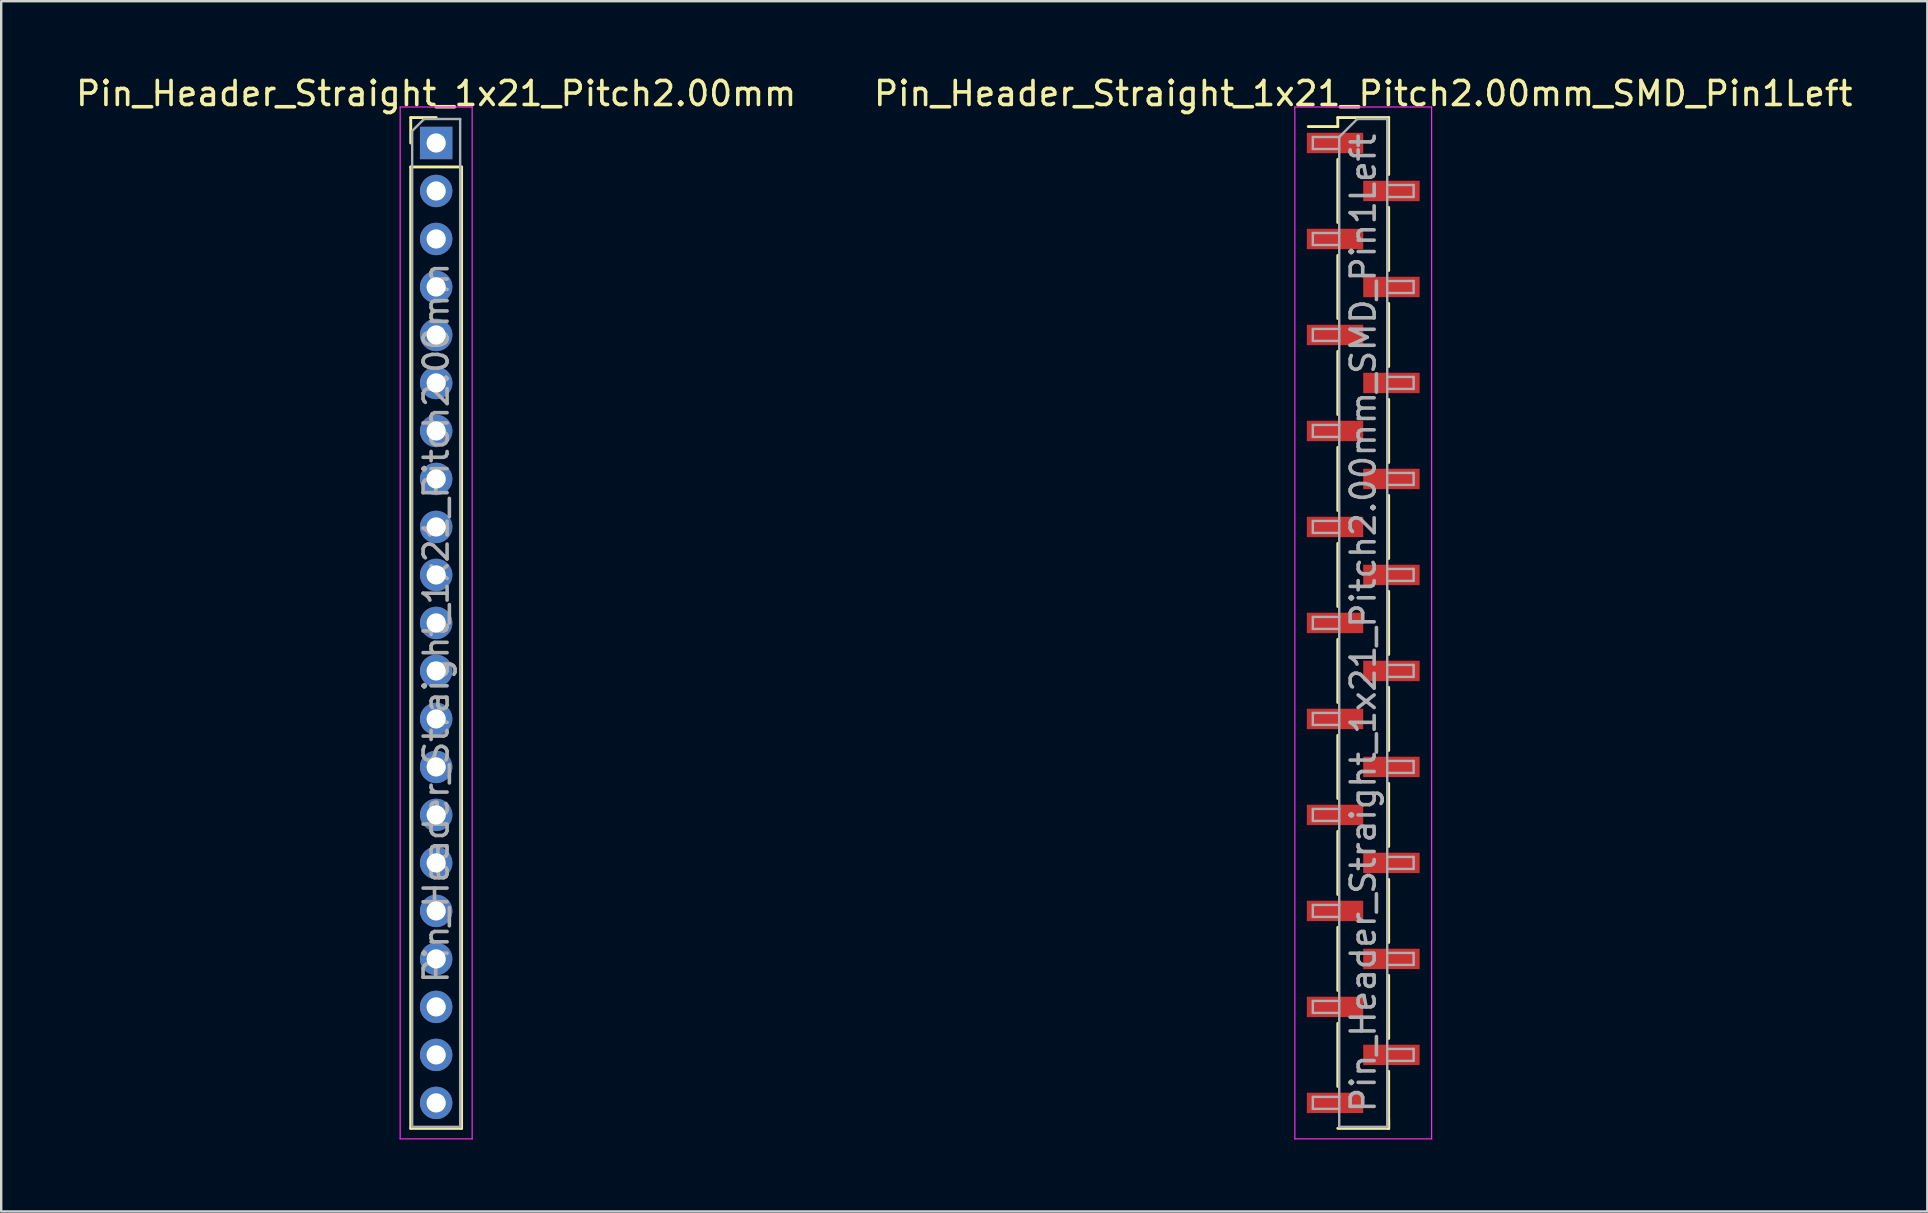
<source format=kicad_pcb>
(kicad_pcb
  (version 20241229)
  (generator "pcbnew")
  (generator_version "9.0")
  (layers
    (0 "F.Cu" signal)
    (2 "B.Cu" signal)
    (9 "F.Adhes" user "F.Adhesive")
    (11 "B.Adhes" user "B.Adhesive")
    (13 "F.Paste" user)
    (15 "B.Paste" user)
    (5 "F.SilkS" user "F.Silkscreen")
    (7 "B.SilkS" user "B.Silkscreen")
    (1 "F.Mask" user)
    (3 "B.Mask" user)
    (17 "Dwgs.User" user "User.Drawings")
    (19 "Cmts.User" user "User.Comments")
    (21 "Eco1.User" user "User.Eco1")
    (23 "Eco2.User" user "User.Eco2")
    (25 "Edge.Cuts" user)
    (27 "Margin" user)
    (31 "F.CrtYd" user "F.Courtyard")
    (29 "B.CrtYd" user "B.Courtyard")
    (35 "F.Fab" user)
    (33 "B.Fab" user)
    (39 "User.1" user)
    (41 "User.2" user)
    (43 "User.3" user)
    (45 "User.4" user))
  (footprint "Pin_Header_Straight_1x21_Pitch2.00mm"
    (layer "F.Cu")
    (at 15.125 2.908)
    (property "Reference" "Pin_Header_Straight_1x21_Pitch2.00mm" (at 0 -2.06 0) (layer "F.SilkS") (effects (font (size 1 1) (thickness 0.15))))
    (attr through_hole)
    (fp_line (start -1.06 -1.06) (end 0 -1.06) (stroke (width 0.12) (type solid)) (layer "F.SilkS"))
    (fp_line (start -1.06 0) (end -1.06 -1.06) (stroke (width 0.12) (type solid)) (layer "F.SilkS"))
    (fp_line (start -1.06 1) (end -1.06 41.06) (stroke (width 0.12) (type solid)) (layer "F.SilkS"))
    (fp_line (start -1.06 1) (end 1.06 1) (stroke (width 0.12) (type solid)) (layer "F.SilkS"))
    (fp_line (start -1.06 41.06) (end 1.06 41.06) (stroke (width 0.12) (type solid)) (layer "F.SilkS"))
    (fp_line (start 1.06 1) (end 1.06 41.06) (stroke (width 0.12) (type solid)) (layer "F.SilkS"))
    (fp_line (start -1.5 -1.5) (end -1.5 41.5) (stroke (width 0.05) (type solid)) (layer "F.CrtYd"))
    (fp_line (start -1.5 41.5) (end 1.5 41.5) (stroke (width 0.05) (type solid)) (layer "F.CrtYd"))
    (fp_line (start 1.5 -1.5) (end -1.5 -1.5) (stroke (width 0.05) (type solid)) (layer "F.CrtYd"))
    (fp_line (start 1.5 41.5) (end 1.5 -1.5) (stroke (width 0.05) (type solid)) (layer "F.CrtYd"))
    (fp_line (start -1 -0.5) (end -0.5 -1) (stroke (width 0.1) (type solid)) (layer "F.Fab"))
    (fp_line (start -1 41) (end -1 -0.5) (stroke (width 0.1) (type solid)) (layer "F.Fab"))
    (fp_line (start -0.5 -1) (end 1 -1) (stroke (width 0.1) (type solid)) (layer "F.Fab"))
    (fp_line (start 1 -1) (end 1 41) (stroke (width 0.1) (type solid)) (layer "F.Fab"))
    (fp_line (start 1 41) (end -1 41) (stroke (width 0.1) (type solid)) (layer "F.Fab"))
    (fp_text user "${REFERENCE}" (at 0 20 90) (layer "F.Fab") (effects (font (size 1 1) (thickness 0.15))))
    (pad "1" thru_hole rect (at 0 0) (size 1.35 1.35) (drill 0.8) (layers "*.Cu" "*.Mask"))
    (pad "2" thru_hole oval (at 0 2) (size 1.35 1.35) (drill 0.8) (layers "*.Cu" "*.Mask"))
    (pad "3" thru_hole oval (at 0 4) (size 1.35 1.35) (drill 0.8) (layers "*.Cu" "*.Mask"))
    (pad "4" thru_hole oval (at 0 6) (size 1.35 1.35) (drill 0.8) (layers "*.Cu" "*.Mask"))
    (pad "5" thru_hole oval (at 0 8) (size 1.35 1.35) (drill 0.8) (layers "*.Cu" "*.Mask"))
    (pad "6" thru_hole oval (at 0 10) (size 1.35 1.35) (drill 0.8) (layers "*.Cu" "*.Mask"))
    (pad "7" thru_hole oval (at 0 12) (size 1.35 1.35) (drill 0.8) (layers "*.Cu" "*.Mask"))
    (pad "8" thru_hole oval (at 0 14) (size 1.35 1.35) (drill 0.8) (layers "*.Cu" "*.Mask"))
    (pad "9" thru_hole oval (at 0 16) (size 1.35 1.35) (drill 0.8) (layers "*.Cu" "*.Mask"))
    (pad "10" thru_hole oval (at 0 18) (size 1.35 1.35) (drill 0.8) (layers "*.Cu" "*.Mask"))
    (pad "11" thru_hole oval (at 0 20) (size 1.35 1.35) (drill 0.8) (layers "*.Cu" "*.Mask"))
    (pad "12" thru_hole oval (at 0 22) (size 1.35 1.35) (drill 0.8) (layers "*.Cu" "*.Mask"))
    (pad "13" thru_hole oval (at 0 24) (size 1.35 1.35) (drill 0.8) (layers "*.Cu" "*.Mask"))
    (pad "14" thru_hole oval (at 0 26) (size 1.35 1.35) (drill 0.8) (layers "*.Cu" "*.Mask"))
    (pad "15" thru_hole oval (at 0 28) (size 1.35 1.35) (drill 0.8) (layers "*.Cu" "*.Mask"))
    (pad "16" thru_hole oval (at 0 30) (size 1.35 1.35) (drill 0.8) (layers "*.Cu" "*.Mask"))
    (pad "17" thru_hole oval (at 0 32) (size 1.35 1.35) (drill 0.8) (layers "*.Cu" "*.Mask"))
    (pad "18" thru_hole oval (at 0 34) (size 1.35 1.35) (drill 0.8) (layers "*.Cu" "*.Mask"))
    (pad "19" thru_hole oval (at 0 36) (size 1.35 1.35) (drill 0.8) (layers "*.Cu" "*.Mask"))
    (pad "20" thru_hole oval (at 0 38) (size 1.35 1.35) (drill 0.8) (layers "*.Cu" "*.Mask"))
    (pad "21" thru_hole oval (at 0 40) (size 1.35 1.35) (drill 0.8) (layers "*.Cu" "*.Mask")))
  (footprint "Pin_Header_Straight_1x21_Pitch2.00mm_SMD_Pin1Left"
    (layer "F.Cu")
    (at 53.756 22.908)
    (property "Reference" "Pin_Header_Straight_1x21_Pitch2.00mm_SMD_Pin1Left" (at 0 -22.06 0) (layer "F.SilkS") (effects (font (size 1 1) (thickness 0.15))))
    (attr smd)
    (fp_line (start -1.06 -21.06) (end -1.06 -20.685) (stroke (width 0.12) (type solid)) (layer "F.SilkS"))
    (fp_line (start -1.06 -21.06) (end 1.06 -21.06) (stroke (width 0.12) (type solid)) (layer "F.SilkS"))
    (fp_line (start -1.06 -20.685) (end -2.29 -20.685) (stroke (width 0.12) (type solid)) (layer "F.SilkS"))
    (fp_line (start -1.06 -19.315) (end -1.06 -16.685) (stroke (width 0.12) (type solid)) (layer "F.SilkS"))
    (fp_line (start -1.06 -15.315) (end -1.06 -12.685) (stroke (width 0.12) (type solid)) (layer "F.SilkS"))
    (fp_line (start -1.06 -11.315) (end -1.06 -8.685) (stroke (width 0.12) (type solid)) (layer "F.SilkS"))
    (fp_line (start -1.06 -7.315) (end -1.06 -4.685) (stroke (width 0.12) (type solid)) (layer "F.SilkS"))
    (fp_line (start -1.06 -3.315) (end -1.06 -0.685) (stroke (width 0.12) (type solid)) (layer "F.SilkS"))
    (fp_line (start -1.06 0.685) (end -1.06 3.315) (stroke (width 0.12) (type solid)) (layer "F.SilkS"))
    (fp_line (start -1.06 4.685) (end -1.06 7.315) (stroke (width 0.12) (type solid)) (layer "F.SilkS"))
    (fp_line (start -1.06 8.685) (end -1.06 11.315) (stroke (width 0.12) (type solid)) (layer "F.SilkS"))
    (fp_line (start -1.06 12.685) (end -1.06 15.315) (stroke (width 0.12) (type solid)) (layer "F.SilkS"))
    (fp_line (start -1.06 16.685) (end -1.06 19.315) (stroke (width 0.12) (type solid)) (layer "F.SilkS"))
    (fp_line (start -1.06 21.06) (end 1.06 21.06) (stroke (width 0.12) (type solid)) (layer "F.SilkS"))
    (fp_line (start 1.06 -21.06) (end 1.06 -18.685) (stroke (width 0.12) (type solid)) (layer "F.SilkS"))
    (fp_line (start 1.06 -17.315) (end 1.06 -14.685) (stroke (width 0.12) (type solid)) (layer "F.SilkS"))
    (fp_line (start 1.06 -13.315) (end 1.06 -10.685) (stroke (width 0.12) (type solid)) (layer "F.SilkS"))
    (fp_line (start 1.06 -9.315) (end 1.06 -6.685) (stroke (width 0.12) (type solid)) (layer "F.SilkS"))
    (fp_line (start 1.06 -5.315) (end 1.06 -2.685) (stroke (width 0.12) (type solid)) (layer "F.SilkS"))
    (fp_line (start 1.06 -1.315) (end 1.06 1.315) (stroke (width 0.12) (type solid)) (layer "F.SilkS"))
    (fp_line (start 1.06 2.685) (end 1.06 5.315) (stroke (width 0.12) (type solid)) (layer "F.SilkS"))
    (fp_line (start 1.06 6.685) (end 1.06 9.315) (stroke (width 0.12) (type solid)) (layer "F.SilkS"))
    (fp_line (start 1.06 10.685) (end 1.06 13.315) (stroke (width 0.12) (type solid)) (layer "F.SilkS"))
    (fp_line (start 1.06 14.685) (end 1.06 17.315) (stroke (width 0.12) (type solid)) (layer "F.SilkS"))
    (fp_line (start 1.06 18.685) (end 1.06 21.06) (stroke (width 0.12) (type solid)) (layer "F.SilkS"))
    (fp_line (start 1.06 20.685) (end 1.06 21.06) (stroke (width 0.12) (type solid)) (layer "F.SilkS"))
    (fp_line (start -2.85 -21.5) (end -2.85 21.5) (stroke (width 0.05) (type solid)) (layer "F.CrtYd"))
    (fp_line (start -2.85 21.5) (end 2.85 21.5) (stroke (width 0.05) (type solid)) (layer "F.CrtYd"))
    (fp_line (start 2.85 -21.5) (end -2.85 -21.5) (stroke (width 0.05) (type solid)) (layer "F.CrtYd"))
    (fp_line (start 2.85 21.5) (end 2.85 -21.5) (stroke (width 0.05) (type solid)) (layer "F.CrtYd"))
    (fp_line (start -2.1 -20.25) (end -2.1 -19.75) (stroke (width 0.1) (type solid)) (layer "F.Fab"))
    (fp_line (start -2.1 -19.75) (end -1 -19.75) (stroke (width 0.1) (type solid)) (layer "F.Fab"))
    (fp_line (start -2.1 -16.25) (end -2.1 -15.75) (stroke (width 0.1) (type solid)) (layer "F.Fab"))
    (fp_line (start -2.1 -15.75) (end -1 -15.75) (stroke (width 0.1) (type solid)) (layer "F.Fab"))
    (fp_line (start -2.1 -12.25) (end -2.1 -11.75) (stroke (width 0.1) (type solid)) (layer "F.Fab"))
    (fp_line (start -2.1 -11.75) (end -1 -11.75) (stroke (width 0.1) (type solid)) (layer "F.Fab"))
    (fp_line (start -2.1 -8.25) (end -2.1 -7.75) (stroke (width 0.1) (type solid)) (layer "F.Fab"))
    (fp_line (start -2.1 -7.75) (end -1 -7.75) (stroke (width 0.1) (type solid)) (layer "F.Fab"))
    (fp_line (start -2.1 -4.25) (end -2.1 -3.75) (stroke (width 0.1) (type solid)) (layer "F.Fab"))
    (fp_line (start -2.1 -3.75) (end -1 -3.75) (stroke (width 0.1) (type solid)) (layer "F.Fab"))
    (fp_line (start -2.1 -0.25) (end -2.1 0.25) (stroke (width 0.1) (type solid)) (layer "F.Fab"))
    (fp_line (start -2.1 0.25) (end -1 0.25) (stroke (width 0.1) (type solid)) (layer "F.Fab"))
    (fp_line (start -2.1 3.75) (end -2.1 4.25) (stroke (width 0.1) (type solid)) (layer "F.Fab"))
    (fp_line (start -2.1 4.25) (end -1 4.25) (stroke (width 0.1) (type solid)) (layer "F.Fab"))
    (fp_line (start -2.1 7.75) (end -2.1 8.25) (stroke (width 0.1) (type solid)) (layer "F.Fab"))
    (fp_line (start -2.1 8.25) (end -1 8.25) (stroke (width 0.1) (type solid)) (layer "F.Fab"))
    (fp_line (start -2.1 11.75) (end -2.1 12.25) (stroke (width 0.1) (type solid)) (layer "F.Fab"))
    (fp_line (start -2.1 12.25) (end -1 12.25) (stroke (width 0.1) (type solid)) (layer "F.Fab"))
    (fp_line (start -2.1 15.75) (end -2.1 16.25) (stroke (width 0.1) (type solid)) (layer "F.Fab"))
    (fp_line (start -2.1 16.25) (end -1 16.25) (stroke (width 0.1) (type solid)) (layer "F.Fab"))
    (fp_line (start -2.1 19.75) (end -2.1 20.25) (stroke (width 0.1) (type solid)) (layer "F.Fab"))
    (fp_line (start -2.1 20.25) (end -1 20.25) (stroke (width 0.1) (type solid)) (layer "F.Fab"))
    (fp_line (start -1 -20.25) (end -2.1 -20.25) (stroke (width 0.1) (type solid)) (layer "F.Fab"))
    (fp_line (start -1 -20.25) (end -0.25 -21) (stroke (width 0.1) (type solid)) (layer "F.Fab"))
    (fp_line (start -1 -16.25) (end -2.1 -16.25) (stroke (width 0.1) (type solid)) (layer "F.Fab"))
    (fp_line (start -1 -12.25) (end -2.1 -12.25) (stroke (width 0.1) (type solid)) (layer "F.Fab"))
    (fp_line (start -1 -8.25) (end -2.1 -8.25) (stroke (width 0.1) (type solid)) (layer "F.Fab"))
    (fp_line (start -1 -4.25) (end -2.1 -4.25) (stroke (width 0.1) (type solid)) (layer "F.Fab"))
    (fp_line (start -1 -0.25) (end -2.1 -0.25) (stroke (width 0.1) (type solid)) (layer "F.Fab"))
    (fp_line (start -1 3.75) (end -2.1 3.75) (stroke (width 0.1) (type solid)) (layer "F.Fab"))
    (fp_line (start -1 7.75) (end -2.1 7.75) (stroke (width 0.1) (type solid)) (layer "F.Fab"))
    (fp_line (start -1 11.75) (end -2.1 11.75) (stroke (width 0.1) (type solid)) (layer "F.Fab"))
    (fp_line (start -1 15.75) (end -2.1 15.75) (stroke (width 0.1) (type solid)) (layer "F.Fab"))
    (fp_line (start -1 19.75) (end -2.1 19.75) (stroke (width 0.1) (type solid)) (layer "F.Fab"))
    (fp_line (start -1 21) (end -1 -20.25) (stroke (width 0.1) (type solid)) (layer "F.Fab"))
    (fp_line (start -0.25 -21) (end 1 -21) (stroke (width 0.1) (type solid)) (layer "F.Fab"))
    (fp_line (start 1 -21) (end 1 21) (stroke (width 0.1) (type solid)) (layer "F.Fab"))
    (fp_line (start 1 -18.25) (end 2.1 -18.25) (stroke (width 0.1) (type solid)) (layer "F.Fab"))
    (fp_line (start 1 -14.25) (end 2.1 -14.25) (stroke (width 0.1) (type solid)) (layer "F.Fab"))
    (fp_line (start 1 -10.25) (end 2.1 -10.25) (stroke (width 0.1) (type solid)) (layer "F.Fab"))
    (fp_line (start 1 -6.25) (end 2.1 -6.25) (stroke (width 0.1) (type solid)) (layer "F.Fab"))
    (fp_line (start 1 -2.25) (end 2.1 -2.25) (stroke (width 0.1) (type solid)) (layer "F.Fab"))
    (fp_line (start 1 1.75) (end 2.1 1.75) (stroke (width 0.1) (type solid)) (layer "F.Fab"))
    (fp_line (start 1 5.75) (end 2.1 5.75) (stroke (width 0.1) (type solid)) (layer "F.Fab"))
    (fp_line (start 1 9.75) (end 2.1 9.75) (stroke (width 0.1) (type solid)) (layer "F.Fab"))
    (fp_line (start 1 13.75) (end 2.1 13.75) (stroke (width 0.1) (type solid)) (layer "F.Fab"))
    (fp_line (start 1 17.75) (end 2.1 17.75) (stroke (width 0.1) (type solid)) (layer "F.Fab"))
    (fp_line (start 1 21) (end -1 21) (stroke (width 0.1) (type solid)) (layer "F.Fab"))
    (fp_line (start 2.1 -18.25) (end 2.1 -17.75) (stroke (width 0.1) (type solid)) (layer "F.Fab"))
    (fp_line (start 2.1 -17.75) (end 1 -17.75) (stroke (width 0.1) (type solid)) (layer "F.Fab"))
    (fp_line (start 2.1 -14.25) (end 2.1 -13.75) (stroke (width 0.1) (type solid)) (layer "F.Fab"))
    (fp_line (start 2.1 -13.75) (end 1 -13.75) (stroke (width 0.1) (type solid)) (layer "F.Fab"))
    (fp_line (start 2.1 -10.25) (end 2.1 -9.75) (stroke (width 0.1) (type solid)) (layer "F.Fab"))
    (fp_line (start 2.1 -9.75) (end 1 -9.75) (stroke (width 0.1) (type solid)) (layer "F.Fab"))
    (fp_line (start 2.1 -6.25) (end 2.1 -5.75) (stroke (width 0.1) (type solid)) (layer "F.Fab"))
    (fp_line (start 2.1 -5.75) (end 1 -5.75) (stroke (width 0.1) (type solid)) (layer "F.Fab"))
    (fp_line (start 2.1 -2.25) (end 2.1 -1.75) (stroke (width 0.1) (type solid)) (layer "F.Fab"))
    (fp_line (start 2.1 -1.75) (end 1 -1.75) (stroke (width 0.1) (type solid)) (layer "F.Fab"))
    (fp_line (start 2.1 1.75) (end 2.1 2.25) (stroke (width 0.1) (type solid)) (layer "F.Fab"))
    (fp_line (start 2.1 2.25) (end 1 2.25) (stroke (width 0.1) (type solid)) (layer "F.Fab"))
    (fp_line (start 2.1 5.75) (end 2.1 6.25) (stroke (width 0.1) (type solid)) (layer "F.Fab"))
    (fp_line (start 2.1 6.25) (end 1 6.25) (stroke (width 0.1) (type solid)) (layer "F.Fab"))
    (fp_line (start 2.1 9.75) (end 2.1 10.25) (stroke (width 0.1) (type solid)) (layer "F.Fab"))
    (fp_line (start 2.1 10.25) (end 1 10.25) (stroke (width 0.1) (type solid)) (layer "F.Fab"))
    (fp_line (start 2.1 13.75) (end 2.1 14.25) (stroke (width 0.1) (type solid)) (layer "F.Fab"))
    (fp_line (start 2.1 14.25) (end 1 14.25) (stroke (width 0.1) (type solid)) (layer "F.Fab"))
    (fp_line (start 2.1 17.75) (end 2.1 18.25) (stroke (width 0.1) (type solid)) (layer "F.Fab"))
    (fp_line (start 2.1 18.25) (end 1 18.25) (stroke (width 0.1) (type solid)) (layer "F.Fab"))
    (fp_text user "${REFERENCE}" (at 0 0 90) (layer "F.Fab") (effects (font (size 1 1) (thickness 0.15))))
    (pad "1" smd rect (at -1.175 -20) (size 2.35 0.85) (layers "F.Cu" "F.Mask" "F.Paste"))
    (pad "2" smd rect (at 1.175 -18) (size 2.35 0.85) (layers "F.Cu" "F.Mask" "F.Paste"))
    (pad "3" smd rect (at -1.175 -16) (size 2.35 0.85) (layers "F.Cu" "F.Mask" "F.Paste"))
    (pad "4" smd rect (at 1.175 -14) (size 2.35 0.85) (layers "F.Cu" "F.Mask" "F.Paste"))
    (pad "5" smd rect (at -1.175 -12) (size 2.35 0.85) (layers "F.Cu" "F.Mask" "F.Paste"))
    (pad "6" smd rect (at 1.175 -10) (size 2.35 0.85) (layers "F.Cu" "F.Mask" "F.Paste"))
    (pad "7" smd rect (at -1.175 -8) (size 2.35 0.85) (layers "F.Cu" "F.Mask" "F.Paste"))
    (pad "8" smd rect (at 1.175 -6) (size 2.35 0.85) (layers "F.Cu" "F.Mask" "F.Paste"))
    (pad "9" smd rect (at -1.175 -4) (size 2.35 0.85) (layers "F.Cu" "F.Mask" "F.Paste"))
    (pad "10" smd rect (at 1.175 -2) (size 2.35 0.85) (layers "F.Cu" "F.Mask" "F.Paste"))
    (pad "11" smd rect (at -1.175 0) (size 2.35 0.85) (layers "F.Cu" "F.Mask" "F.Paste"))
    (pad "12" smd rect (at 1.175 2) (size 2.35 0.85) (layers "F.Cu" "F.Mask" "F.Paste"))
    (pad "13" smd rect (at -1.175 4) (size 2.35 0.85) (layers "F.Cu" "F.Mask" "F.Paste"))
    (pad "14" smd rect (at 1.175 6) (size 2.35 0.85) (layers "F.Cu" "F.Mask" "F.Paste"))
    (pad "15" smd rect (at -1.175 8) (size 2.35 0.85) (layers "F.Cu" "F.Mask" "F.Paste"))
    (pad "16" smd rect (at 1.175 10) (size 2.35 0.85) (layers "F.Cu" "F.Mask" "F.Paste"))
    (pad "17" smd rect (at -1.175 12) (size 2.35 0.85) (layers "F.Cu" "F.Mask" "F.Paste"))
    (pad "18" smd rect (at 1.175 14) (size 2.35 0.85) (layers "F.Cu" "F.Mask" "F.Paste"))
    (pad "19" smd rect (at -1.175 16) (size 2.35 0.85) (layers "F.Cu" "F.Mask" "F.Paste"))
    (pad "20" smd rect (at 1.175 18) (size 2.35 0.85) (layers "F.Cu" "F.Mask" "F.Paste"))
    (pad "21" smd rect (at -1.175 20) (size 2.35 0.85) (layers "F.Cu" "F.Mask" "F.Paste")))
  (gr_rect
    (start -3 -3)
    (end 77.262 47.433)
    (stroke (width 0.1) (type default))
    (fill no)
    (layer "Edge.Cuts")))
</source>
